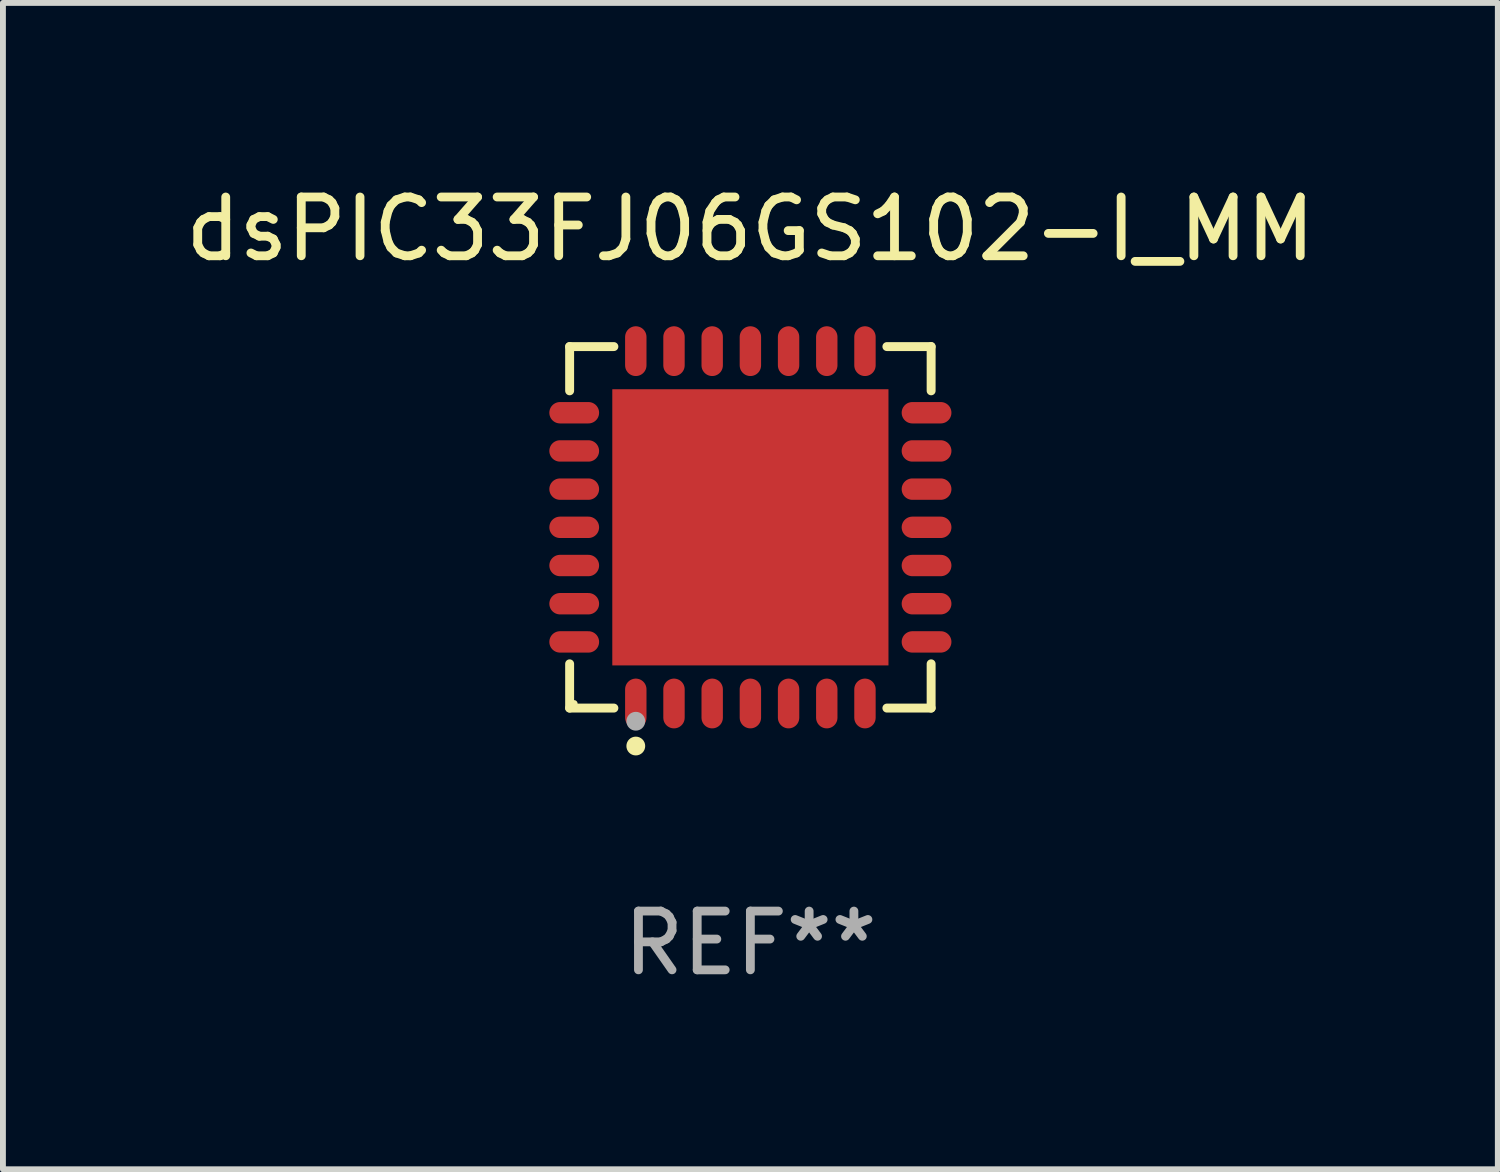
<source format=kicad_pcb>
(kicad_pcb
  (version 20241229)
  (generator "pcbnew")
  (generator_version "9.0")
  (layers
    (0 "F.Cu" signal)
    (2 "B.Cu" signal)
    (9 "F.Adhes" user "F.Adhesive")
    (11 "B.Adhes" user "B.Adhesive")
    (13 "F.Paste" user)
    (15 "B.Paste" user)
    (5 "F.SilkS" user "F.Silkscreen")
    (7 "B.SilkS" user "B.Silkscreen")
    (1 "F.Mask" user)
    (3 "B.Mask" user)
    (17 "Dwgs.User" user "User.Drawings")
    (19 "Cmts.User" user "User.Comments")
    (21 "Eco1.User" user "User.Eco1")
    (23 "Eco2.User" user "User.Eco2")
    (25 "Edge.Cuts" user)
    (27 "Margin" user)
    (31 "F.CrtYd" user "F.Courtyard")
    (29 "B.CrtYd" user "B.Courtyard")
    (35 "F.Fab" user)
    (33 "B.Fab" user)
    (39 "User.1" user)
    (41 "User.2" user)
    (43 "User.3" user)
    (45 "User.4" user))
  (footprint "dsPIC33FJ06GS102-I_MM"
    (layer "F.Cu")
    (at 9.72 5.924)
    (property "Reference" "dsPIC33FJ06GS102-I_MM" (at 0 -5.076 0) (layer "F.SilkS") (effects (font (size 1 1) (thickness 0.15))))
    (attr through_hole)
    (fp_line (start -3.076 -3.076) (end -2.323 -3.076) (stroke (width 0.152) (type solid)) (layer "F.SilkS"))
    (fp_line (start -3.076 -2.323) (end -3.076 -3.076) (stroke (width 0.152) (type solid)) (layer "F.SilkS"))
    (fp_line (start -3.076 2.323) (end -3.076 3.076) (stroke (width 0.152) (type solid)) (layer "F.SilkS"))
    (fp_line (start -3.076 3.076) (end -2.323 3.076) (stroke (width 0.152) (type solid)) (layer "F.SilkS"))
    (fp_line (start 3.076 -3.076) (end 2.323 -3.076) (stroke (width 0.152) (type solid)) (layer "F.SilkS"))
    (fp_line (start 3.076 -2.323) (end 3.076 -3.076) (stroke (width 0.152) (type solid)) (layer "F.SilkS"))
    (fp_line (start 3.076 2.323) (end 3.076 3.076) (stroke (width 0.152) (type solid)) (layer "F.SilkS"))
    (fp_line (start 3.076 3.076) (end 2.323 3.076) (stroke (width 0.152) (type solid)) (layer "F.SilkS"))
    (fp_circle (center -3 3) (end -2.97 3) (stroke (width 0.06) (type solid)) (fill no) (layer "F.SilkS"))
    (fp_circle (center -1.95 3.722) (end -1.87 3.722) (stroke (width 0.16) (type solid)) (fill no) (layer "F.SilkS"))
    (fp_circle (center -1.95 3.3) (end -1.87 3.3) (stroke (width 0.16) (type solid)) (fill no) (layer "F.Fab"))
    (fp_text user "REF**" (at 0 7.076 0) (layer "F.Fab") (effects (font (size 1 1) (thickness 0.15))))
    (pad "1" smd oval (at -1.95 2.998) (size 0.364 0.847) (layers "F.Cu" "F.Mask" "F.Paste"))
    (pad "2" smd oval (at -1.3 2.998) (size 0.364 0.847) (layers "F.Cu" "F.Mask" "F.Paste"))
    (pad "3" smd oval (at -0.65 2.998) (size 0.364 0.847) (layers "F.Cu" "F.Mask" "F.Paste"))
    (pad "4" smd oval (at 0 2.998) (size 0.364 0.847) (layers "F.Cu" "F.Mask" "F.Paste"))
    (pad "5" smd oval (at 0.65 2.998) (size 0.364 0.847) (layers "F.Cu" "F.Mask" "F.Paste"))
    (pad "6" smd oval (at 1.3 2.998) (size 0.364 0.847) (layers "F.Cu" "F.Mask" "F.Paste"))
    (pad "7" smd oval (at 1.95 2.998) (size 0.364 0.847) (layers "F.Cu" "F.Mask" "F.Paste"))
    (pad "8" smd oval (at 2.998 1.95) (size 0.847 0.364) (layers "F.Cu" "F.Mask" "F.Paste"))
    (pad "9" smd oval (at 2.998 1.3) (size 0.847 0.364) (layers "F.Cu" "F.Mask" "F.Paste"))
    (pad "10" smd oval (at 2.998 0.65) (size 0.847 0.364) (layers "F.Cu" "F.Mask" "F.Paste"))
    (pad "11" smd oval (at 2.998 0) (size 0.847 0.364) (layers "F.Cu" "F.Mask" "F.Paste"))
    (pad "12" smd oval (at 2.998 -0.65) (size 0.847 0.364) (layers "F.Cu" "F.Mask" "F.Paste"))
    (pad "13" smd oval (at 2.998 -1.3) (size 0.847 0.364) (layers "F.Cu" "F.Mask" "F.Paste"))
    (pad "14" smd oval (at 2.998 -1.95) (size 0.847 0.364) (layers "F.Cu" "F.Mask" "F.Paste"))
    (pad "15" smd oval (at 1.95 -2.998) (size 0.364 0.847) (layers "F.Cu" "F.Mask" "F.Paste"))
    (pad "16" smd oval (at 1.3 -2.998) (size 0.364 0.847) (layers "F.Cu" "F.Mask" "F.Paste"))
    (pad "17" smd oval (at 0.65 -2.998) (size 0.364 0.847) (layers "F.Cu" "F.Mask" "F.Paste"))
    (pad "18" smd oval (at 0 -2.998) (size 0.364 0.847) (layers "F.Cu" "F.Mask" "F.Paste"))
    (pad "19" smd oval (at -0.65 -2.998) (size 0.364 0.847) (layers "F.Cu" "F.Mask" "F.Paste"))
    (pad "20" smd oval (at -1.3 -2.998) (size 0.364 0.847) (layers "F.Cu" "F.Mask" "F.Paste"))
    (pad "21" smd oval (at -1.95 -2.998) (size 0.364 0.847) (layers "F.Cu" "F.Mask" "F.Paste"))
    (pad "22" smd oval (at -2.998 -1.95) (size 0.847 0.364) (layers "F.Cu" "F.Mask" "F.Paste"))
    (pad "23" smd oval (at -2.998 -1.3) (size 0.847 0.364) (layers "F.Cu" "F.Mask" "F.Paste"))
    (pad "24" smd oval (at -2.998 -0.65) (size 0.847 0.364) (layers "F.Cu" "F.Mask" "F.Paste"))
    (pad "25" smd oval (at -2.998 0) (size 0.847 0.364) (layers "F.Cu" "F.Mask" "F.Paste"))
    (pad "26" smd oval (at -2.998 0.65) (size 0.847 0.364) (layers "F.Cu" "F.Mask" "F.Paste"))
    (pad "27" smd oval (at -2.998 1.3) (size 0.847 0.364) (layers "F.Cu" "F.Mask" "F.Paste"))
    (pad "28" smd oval (at -2.998 1.95) (size 0.847 0.364) (layers "F.Cu" "F.Mask" "F.Paste"))
    (pad "29" smd rect (at 0 0) (size 4.7 4.7) (layers "F.Cu" "F.Mask" "F.Paste")))
  (gr_rect
    (start -3 -3)
    (end 22.44 16.849)
    (stroke (width 0.1) (type default))
    (fill no)
    (layer "Edge.Cuts")))
</source>
